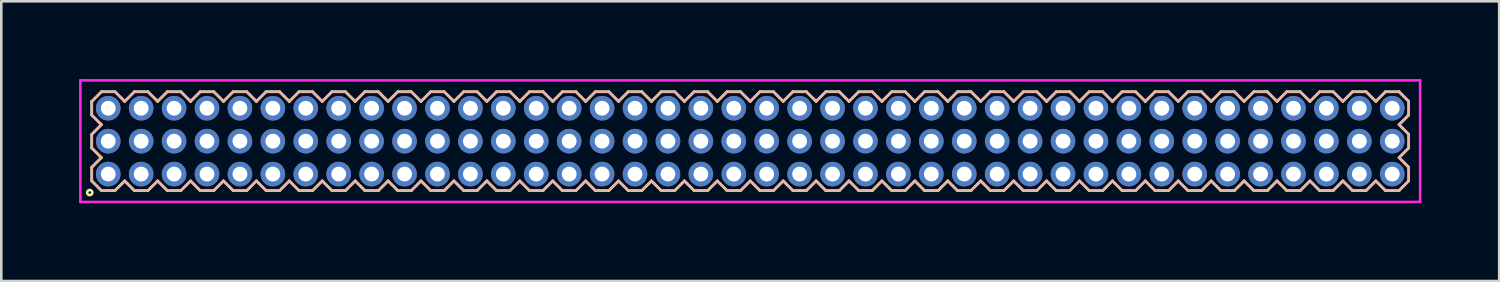
<source format=kicad_pcb>
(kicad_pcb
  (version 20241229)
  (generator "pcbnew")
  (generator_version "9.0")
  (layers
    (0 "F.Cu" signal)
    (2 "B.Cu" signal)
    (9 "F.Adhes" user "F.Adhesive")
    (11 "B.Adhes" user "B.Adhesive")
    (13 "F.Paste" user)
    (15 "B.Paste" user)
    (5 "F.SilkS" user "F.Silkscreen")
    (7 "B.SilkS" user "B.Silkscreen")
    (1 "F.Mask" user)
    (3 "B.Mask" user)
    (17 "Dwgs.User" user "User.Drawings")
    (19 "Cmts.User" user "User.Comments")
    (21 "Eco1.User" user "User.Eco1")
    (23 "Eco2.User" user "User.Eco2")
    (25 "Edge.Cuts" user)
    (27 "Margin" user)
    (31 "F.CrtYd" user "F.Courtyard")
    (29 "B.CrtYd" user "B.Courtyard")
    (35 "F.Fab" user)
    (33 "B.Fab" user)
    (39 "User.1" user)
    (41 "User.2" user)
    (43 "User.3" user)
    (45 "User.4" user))
  (footprint "HDR127P40x3"
    (layer "F.Cu")
    (at 25.89 2.395)
    (property "Reference" "HDR127P40x3" (at 0 0 0) (layer "User.1") (effects (font (size 1 1) (thickness 0.1))))
    (attr through_hole)
    (fp_line (start -25.4 -1.533) (end -25.028 -1.905) (stroke (width 0.1) (type solid)) (layer "F.SilkS"))
    (fp_line (start -25.4 -1.007) (end -25.4 -1.533) (stroke (width 0.1) (type solid)) (layer "F.SilkS"))
    (fp_line (start -25.4 -0.263) (end -25.028 -0.635) (stroke (width 0.1) (type solid)) (layer "F.SilkS"))
    (fp_line (start -25.4 0.263) (end -25.4 -0.263) (stroke (width 0.1) (type solid)) (layer "F.SilkS"))
    (fp_line (start -25.4 1.007) (end -25.028 0.635) (stroke (width 0.1) (type solid)) (layer "F.SilkS"))
    (fp_line (start -25.4 1.533) (end -25.4 1.007) (stroke (width 0.1) (type solid)) (layer "F.SilkS"))
    (fp_line (start -25.028 -1.905) (end -24.502 -1.905) (stroke (width 0.1) (type solid)) (layer "F.SilkS"))
    (fp_line (start -25.028 -0.635) (end -25.4 -1.007) (stroke (width 0.1) (type solid)) (layer "F.SilkS"))
    (fp_line (start -25.028 0.635) (end -25.4 0.263) (stroke (width 0.1) (type solid)) (layer "F.SilkS"))
    (fp_line (start -25.028 1.905) (end -25.4 1.533) (stroke (width 0.1) (type solid)) (layer "F.SilkS"))
    (fp_line (start -24.502 -1.905) (end -24.13 -1.533) (stroke (width 0.1) (type solid)) (layer "F.SilkS"))
    (fp_line (start -24.502 1.905) (end -25.028 1.905) (stroke (width 0.1) (type solid)) (layer "F.SilkS"))
    (fp_line (start -24.13 -1.533) (end -23.758 -1.905) (stroke (width 0.1) (type solid)) (layer "F.SilkS"))
    (fp_line (start -24.13 1.533) (end -24.502 1.905) (stroke (width 0.1) (type solid)) (layer "F.SilkS"))
    (fp_line (start -23.758 -1.905) (end -23.232 -1.905) (stroke (width 0.1) (type solid)) (layer "F.SilkS"))
    (fp_line (start -23.758 1.905) (end -24.13 1.533) (stroke (width 0.1) (type solid)) (layer "F.SilkS"))
    (fp_line (start -23.232 -1.905) (end -22.86 -1.533) (stroke (width 0.1) (type solid)) (layer "F.SilkS"))
    (fp_line (start -23.232 1.905) (end -23.758 1.905) (stroke (width 0.1) (type solid)) (layer "F.SilkS"))
    (fp_line (start -22.86 -1.533) (end -22.488 -1.905) (stroke (width 0.1) (type solid)) (layer "F.SilkS"))
    (fp_line (start -22.86 1.533) (end -23.232 1.905) (stroke (width 0.1) (type solid)) (layer "F.SilkS"))
    (fp_line (start -22.488 -1.905) (end -21.962 -1.905) (stroke (width 0.1) (type solid)) (layer "F.SilkS"))
    (fp_line (start -22.488 1.905) (end -22.86 1.533) (stroke (width 0.1) (type solid)) (layer "F.SilkS"))
    (fp_line (start -21.962 -1.905) (end -21.59 -1.533) (stroke (width 0.1) (type solid)) (layer "F.SilkS"))
    (fp_line (start -21.962 1.905) (end -22.488 1.905) (stroke (width 0.1) (type solid)) (layer "F.SilkS"))
    (fp_line (start -21.59 -1.533) (end -21.218 -1.905) (stroke (width 0.1) (type solid)) (layer "F.SilkS"))
    (fp_line (start -21.59 1.533) (end -21.962 1.905) (stroke (width 0.1) (type solid)) (layer "F.SilkS"))
    (fp_line (start -21.218 -1.905) (end -20.692 -1.905) (stroke (width 0.1) (type solid)) (layer "F.SilkS"))
    (fp_line (start -21.218 1.905) (end -21.59 1.533) (stroke (width 0.1) (type solid)) (layer "F.SilkS"))
    (fp_line (start -20.692 -1.905) (end -20.32 -1.533) (stroke (width 0.1) (type solid)) (layer "F.SilkS"))
    (fp_line (start -20.692 1.905) (end -21.218 1.905) (stroke (width 0.1) (type solid)) (layer "F.SilkS"))
    (fp_line (start -20.32 -1.533) (end -19.948 -1.905) (stroke (width 0.1) (type solid)) (layer "F.SilkS"))
    (fp_line (start -20.32 1.533) (end -20.692 1.905) (stroke (width 0.1) (type solid)) (layer "F.SilkS"))
    (fp_line (start -19.948 -1.905) (end -19.422 -1.905) (stroke (width 0.1) (type solid)) (layer "F.SilkS"))
    (fp_line (start -19.948 1.905) (end -20.32 1.533) (stroke (width 0.1) (type solid)) (layer "F.SilkS"))
    (fp_line (start -19.422 -1.905) (end -19.05 -1.533) (stroke (width 0.1) (type solid)) (layer "F.SilkS"))
    (fp_line (start -19.422 1.905) (end -19.948 1.905) (stroke (width 0.1) (type solid)) (layer "F.SilkS"))
    (fp_line (start -19.05 -1.533) (end -18.678 -1.905) (stroke (width 0.1) (type solid)) (layer "F.SilkS"))
    (fp_line (start -19.05 1.533) (end -19.422 1.905) (stroke (width 0.1) (type solid)) (layer "F.SilkS"))
    (fp_line (start -18.678 -1.905) (end -18.152 -1.905) (stroke (width 0.1) (type solid)) (layer "F.SilkS"))
    (fp_line (start -18.678 1.905) (end -19.05 1.533) (stroke (width 0.1) (type solid)) (layer "F.SilkS"))
    (fp_line (start -18.152 -1.905) (end -17.78 -1.533) (stroke (width 0.1) (type solid)) (layer "F.SilkS"))
    (fp_line (start -18.152 1.905) (end -18.678 1.905) (stroke (width 0.1) (type solid)) (layer "F.SilkS"))
    (fp_line (start -17.78 -1.533) (end -17.408 -1.905) (stroke (width 0.1) (type solid)) (layer "F.SilkS"))
    (fp_line (start -17.78 1.533) (end -18.152 1.905) (stroke (width 0.1) (type solid)) (layer "F.SilkS"))
    (fp_line (start -17.408 -1.905) (end -16.882 -1.905) (stroke (width 0.1) (type solid)) (layer "F.SilkS"))
    (fp_line (start -17.408 1.905) (end -17.78 1.533) (stroke (width 0.1) (type solid)) (layer "F.SilkS"))
    (fp_line (start -16.882 -1.905) (end -16.51 -1.533) (stroke (width 0.1) (type solid)) (layer "F.SilkS"))
    (fp_line (start -16.882 1.905) (end -17.408 1.905) (stroke (width 0.1) (type solid)) (layer "F.SilkS"))
    (fp_line (start -16.51 -1.533) (end -16.138 -1.905) (stroke (width 0.1) (type solid)) (layer "F.SilkS"))
    (fp_line (start -16.51 1.533) (end -16.882 1.905) (stroke (width 0.1) (type solid)) (layer "F.SilkS"))
    (fp_line (start -16.138 -1.905) (end -15.612 -1.905) (stroke (width 0.1) (type solid)) (layer "F.SilkS"))
    (fp_line (start -16.138 1.905) (end -16.51 1.533) (stroke (width 0.1) (type solid)) (layer "F.SilkS"))
    (fp_line (start -15.612 -1.905) (end -15.24 -1.533) (stroke (width 0.1) (type solid)) (layer "F.SilkS"))
    (fp_line (start -15.612 1.905) (end -16.138 1.905) (stroke (width 0.1) (type solid)) (layer "F.SilkS"))
    (fp_line (start -15.24 -1.533) (end -14.868 -1.905) (stroke (width 0.1) (type solid)) (layer "F.SilkS"))
    (fp_line (start -15.24 1.533) (end -15.612 1.905) (stroke (width 0.1) (type solid)) (layer "F.SilkS"))
    (fp_line (start -14.868 -1.905) (end -14.342 -1.905) (stroke (width 0.1) (type solid)) (layer "F.SilkS"))
    (fp_line (start -14.868 1.905) (end -15.24 1.533) (stroke (width 0.1) (type solid)) (layer "F.SilkS"))
    (fp_line (start -14.342 -1.905) (end -13.97 -1.533) (stroke (width 0.1) (type solid)) (layer "F.SilkS"))
    (fp_line (start -14.342 1.905) (end -14.868 1.905) (stroke (width 0.1) (type solid)) (layer "F.SilkS"))
    (fp_line (start -13.97 -1.533) (end -13.598 -1.905) (stroke (width 0.1) (type solid)) (layer "F.SilkS"))
    (fp_line (start -13.97 1.533) (end -14.342 1.905) (stroke (width 0.1) (type solid)) (layer "F.SilkS"))
    (fp_line (start -13.598 -1.905) (end -13.072 -1.905) (stroke (width 0.1) (type solid)) (layer "F.SilkS"))
    (fp_line (start -13.598 1.905) (end -13.97 1.533) (stroke (width 0.1) (type solid)) (layer "F.SilkS"))
    (fp_line (start -13.072 -1.905) (end -12.7 -1.533) (stroke (width 0.1) (type solid)) (layer "F.SilkS"))
    (fp_line (start -13.072 1.905) (end -13.598 1.905) (stroke (width 0.1) (type solid)) (layer "F.SilkS"))
    (fp_line (start -12.7 -1.533) (end -12.328 -1.905) (stroke (width 0.1) (type solid)) (layer "F.SilkS"))
    (fp_line (start -12.7 1.533) (end -13.072 1.905) (stroke (width 0.1) (type solid)) (layer "F.SilkS"))
    (fp_line (start -12.328 -1.905) (end -11.802 -1.905) (stroke (width 0.1) (type solid)) (layer "F.SilkS"))
    (fp_line (start -12.328 1.905) (end -12.7 1.533) (stroke (width 0.1) (type solid)) (layer "F.SilkS"))
    (fp_line (start -11.802 -1.905) (end -11.43 -1.533) (stroke (width 0.1) (type solid)) (layer "F.SilkS"))
    (fp_line (start -11.802 1.905) (end -12.328 1.905) (stroke (width 0.1) (type solid)) (layer "F.SilkS"))
    (fp_line (start -11.43 -1.533) (end -11.058 -1.905) (stroke (width 0.1) (type solid)) (layer "F.SilkS"))
    (fp_line (start -11.43 1.533) (end -11.802 1.905) (stroke (width 0.1) (type solid)) (layer "F.SilkS"))
    (fp_line (start -11.058 -1.905) (end -10.532 -1.905) (stroke (width 0.1) (type solid)) (layer "F.SilkS"))
    (fp_line (start -11.058 1.905) (end -11.43 1.533) (stroke (width 0.1) (type solid)) (layer "F.SilkS"))
    (fp_line (start -10.532 -1.905) (end -10.16 -1.533) (stroke (width 0.1) (type solid)) (layer "F.SilkS"))
    (fp_line (start -10.532 1.905) (end -11.058 1.905) (stroke (width 0.1) (type solid)) (layer "F.SilkS"))
    (fp_line (start -10.16 -1.533) (end -9.788 -1.905) (stroke (width 0.1) (type solid)) (layer "F.SilkS"))
    (fp_line (start -10.16 1.533) (end -10.532 1.905) (stroke (width 0.1) (type solid)) (layer "F.SilkS"))
    (fp_line (start -9.788 -1.905) (end -9.262 -1.905) (stroke (width 0.1) (type solid)) (layer "F.SilkS"))
    (fp_line (start -9.788 1.905) (end -10.16 1.533) (stroke (width 0.1) (type solid)) (layer "F.SilkS"))
    (fp_line (start -9.262 -1.905) (end -8.89 -1.533) (stroke (width 0.1) (type solid)) (layer "F.SilkS"))
    (fp_line (start -9.262 1.905) (end -9.788 1.905) (stroke (width 0.1) (type solid)) (layer "F.SilkS"))
    (fp_line (start -8.89 -1.533) (end -8.518 -1.905) (stroke (width 0.1) (type solid)) (layer "F.SilkS"))
    (fp_line (start -8.89 1.533) (end -9.262 1.905) (stroke (width 0.1) (type solid)) (layer "F.SilkS"))
    (fp_line (start -8.518 -1.905) (end -7.992 -1.905) (stroke (width 0.1) (type solid)) (layer "F.SilkS"))
    (fp_line (start -8.518 1.905) (end -8.89 1.533) (stroke (width 0.1) (type solid)) (layer "F.SilkS"))
    (fp_line (start -7.992 -1.905) (end -7.62 -1.533) (stroke (width 0.1) (type solid)) (layer "F.SilkS"))
    (fp_line (start -7.992 1.905) (end -8.518 1.905) (stroke (width 0.1) (type solid)) (layer "F.SilkS"))
    (fp_line (start -7.62 -1.533) (end -7.248 -1.905) (stroke (width 0.1) (type solid)) (layer "F.SilkS"))
    (fp_line (start -7.62 1.533) (end -7.992 1.905) (stroke (width 0.1) (type solid)) (layer "F.SilkS"))
    (fp_line (start -7.248 -1.905) (end -6.722 -1.905) (stroke (width 0.1) (type solid)) (layer "F.SilkS"))
    (fp_line (start -7.248 1.905) (end -7.62 1.533) (stroke (width 0.1) (type solid)) (layer "F.SilkS"))
    (fp_line (start -6.722 -1.905) (end -6.35 -1.533) (stroke (width 0.1) (type solid)) (layer "F.SilkS"))
    (fp_line (start -6.722 1.905) (end -7.248 1.905) (stroke (width 0.1) (type solid)) (layer "F.SilkS"))
    (fp_line (start -6.35 -1.533) (end -5.978 -1.905) (stroke (width 0.1) (type solid)) (layer "F.SilkS"))
    (fp_line (start -6.35 1.533) (end -6.722 1.905) (stroke (width 0.1) (type solid)) (layer "F.SilkS"))
    (fp_line (start -5.978 -1.905) (end -5.452 -1.905) (stroke (width 0.1) (type solid)) (layer "F.SilkS"))
    (fp_line (start -5.978 1.905) (end -6.35 1.533) (stroke (width 0.1) (type solid)) (layer "F.SilkS"))
    (fp_line (start -5.452 -1.905) (end -5.08 -1.533) (stroke (width 0.1) (type solid)) (layer "F.SilkS"))
    (fp_line (start -5.452 1.905) (end -5.978 1.905) (stroke (width 0.1) (type solid)) (layer "F.SilkS"))
    (fp_line (start -5.08 -1.533) (end -4.708 -1.905) (stroke (width 0.1) (type solid)) (layer "F.SilkS"))
    (fp_line (start -5.08 1.533) (end -5.452 1.905) (stroke (width 0.1) (type solid)) (layer "F.SilkS"))
    (fp_line (start -4.708 -1.905) (end -4.182 -1.905) (stroke (width 0.1) (type solid)) (layer "F.SilkS"))
    (fp_line (start -4.708 1.905) (end -5.08 1.533) (stroke (width 0.1) (type solid)) (layer "F.SilkS"))
    (fp_line (start -4.182 -1.905) (end -3.81 -1.533) (stroke (width 0.1) (type solid)) (layer "F.SilkS"))
    (fp_line (start -4.182 1.905) (end -4.708 1.905) (stroke (width 0.1) (type solid)) (layer "F.SilkS"))
    (fp_line (start -3.81 -1.533) (end -3.438 -1.905) (stroke (width 0.1) (type solid)) (layer "F.SilkS"))
    (fp_line (start -3.81 1.533) (end -4.182 1.905) (stroke (width 0.1) (type solid)) (layer "F.SilkS"))
    (fp_line (start -3.438 -1.905) (end -2.912 -1.905) (stroke (width 0.1) (type solid)) (layer "F.SilkS"))
    (fp_line (start -3.438 1.905) (end -3.81 1.533) (stroke (width 0.1) (type solid)) (layer "F.SilkS"))
    (fp_line (start -2.912 -1.905) (end -2.54 -1.533) (stroke (width 0.1) (type solid)) (layer "F.SilkS"))
    (fp_line (start -2.912 1.905) (end -3.438 1.905) (stroke (width 0.1) (type solid)) (layer "F.SilkS"))
    (fp_line (start -2.54 -1.533) (end -2.168 -1.905) (stroke (width 0.1) (type solid)) (layer "F.SilkS"))
    (fp_line (start -2.54 1.533) (end -2.912 1.905) (stroke (width 0.1) (type solid)) (layer "F.SilkS"))
    (fp_line (start -2.168 -1.905) (end -1.642 -1.905) (stroke (width 0.1) (type solid)) (layer "F.SilkS"))
    (fp_line (start -2.168 1.905) (end -2.54 1.533) (stroke (width 0.1) (type solid)) (layer "F.SilkS"))
    (fp_line (start -1.642 -1.905) (end -1.27 -1.533) (stroke (width 0.1) (type solid)) (layer "F.SilkS"))
    (fp_line (start -1.642 1.905) (end -2.168 1.905) (stroke (width 0.1) (type solid)) (layer "F.SilkS"))
    (fp_line (start -1.27 -1.533) (end -0.898 -1.905) (stroke (width 0.1) (type solid)) (layer "F.SilkS"))
    (fp_line (start -1.27 1.533) (end -1.642 1.905) (stroke (width 0.1) (type solid)) (layer "F.SilkS"))
    (fp_line (start -0.898 -1.905) (end -0.372 -1.905) (stroke (width 0.1) (type solid)) (layer "F.SilkS"))
    (fp_line (start -0.898 1.905) (end -1.27 1.533) (stroke (width 0.1) (type solid)) (layer "F.SilkS"))
    (fp_line (start -0.372 -1.905) (end 0 -1.533) (stroke (width 0.1) (type solid)) (layer "F.SilkS"))
    (fp_line (start -0.372 1.905) (end -0.898 1.905) (stroke (width 0.1) (type solid)) (layer "F.SilkS"))
    (fp_line (start 0 -1.533) (end 0.372 -1.905) (stroke (width 0.1) (type solid)) (layer "F.SilkS"))
    (fp_line (start 0 1.533) (end -0.372 1.905) (stroke (width 0.1) (type solid)) (layer "F.SilkS"))
    (fp_line (start 0.372 -1.905) (end 0.898 -1.905) (stroke (width 0.1) (type solid)) (layer "F.SilkS"))
    (fp_line (start 0.372 1.905) (end 0 1.533) (stroke (width 0.1) (type solid)) (layer "F.SilkS"))
    (fp_line (start 0.898 -1.905) (end 1.27 -1.533) (stroke (width 0.1) (type solid)) (layer "F.SilkS"))
    (fp_line (start 0.898 1.905) (end 0.372 1.905) (stroke (width 0.1) (type solid)) (layer "F.SilkS"))
    (fp_line (start 1.27 -1.533) (end 1.642 -1.905) (stroke (width 0.1) (type solid)) (layer "F.SilkS"))
    (fp_line (start 1.27 1.533) (end 0.898 1.905) (stroke (width 0.1) (type solid)) (layer "F.SilkS"))
    (fp_line (start 1.642 -1.905) (end 2.168 -1.905) (stroke (width 0.1) (type solid)) (layer "F.SilkS"))
    (fp_line (start 1.642 1.905) (end 1.27 1.533) (stroke (width 0.1) (type solid)) (layer "F.SilkS"))
    (fp_line (start 2.168 -1.905) (end 2.54 -1.533) (stroke (width 0.1) (type solid)) (layer "F.SilkS"))
    (fp_line (start 2.168 1.905) (end 1.642 1.905) (stroke (width 0.1) (type solid)) (layer "F.SilkS"))
    (fp_line (start 2.54 -1.533) (end 2.912 -1.905) (stroke (width 0.1) (type solid)) (layer "F.SilkS"))
    (fp_line (start 2.54 1.533) (end 2.168 1.905) (stroke (width 0.1) (type solid)) (layer "F.SilkS"))
    (fp_line (start 2.912 -1.905) (end 3.438 -1.905) (stroke (width 0.1) (type solid)) (layer "F.SilkS"))
    (fp_line (start 2.912 1.905) (end 2.54 1.533) (stroke (width 0.1) (type solid)) (layer "F.SilkS"))
    (fp_line (start 3.438 -1.905) (end 3.81 -1.533) (stroke (width 0.1) (type solid)) (layer "F.SilkS"))
    (fp_line (start 3.438 1.905) (end 2.912 1.905) (stroke (width 0.1) (type solid)) (layer "F.SilkS"))
    (fp_line (start 3.81 -1.533) (end 4.182 -1.905) (stroke (width 0.1) (type solid)) (layer "F.SilkS"))
    (fp_line (start 3.81 1.533) (end 3.438 1.905) (stroke (width 0.1) (type solid)) (layer "F.SilkS"))
    (fp_line (start 4.182 -1.905) (end 4.708 -1.905) (stroke (width 0.1) (type solid)) (layer "F.SilkS"))
    (fp_line (start 4.182 1.905) (end 3.81 1.533) (stroke (width 0.1) (type solid)) (layer "F.SilkS"))
    (fp_line (start 4.708 -1.905) (end 5.08 -1.533) (stroke (width 0.1) (type solid)) (layer "F.SilkS"))
    (fp_line (start 4.708 1.905) (end 4.182 1.905) (stroke (width 0.1) (type solid)) (layer "F.SilkS"))
    (fp_line (start 5.08 -1.533) (end 5.452 -1.905) (stroke (width 0.1) (type solid)) (layer "F.SilkS"))
    (fp_line (start 5.08 1.533) (end 4.708 1.905) (stroke (width 0.1) (type solid)) (layer "F.SilkS"))
    (fp_line (start 5.452 -1.905) (end 5.978 -1.905) (stroke (width 0.1) (type solid)) (layer "F.SilkS"))
    (fp_line (start 5.452 1.905) (end 5.08 1.533) (stroke (width 0.1) (type solid)) (layer "F.SilkS"))
    (fp_line (start 5.978 -1.905) (end 6.35 -1.533) (stroke (width 0.1) (type solid)) (layer "F.SilkS"))
    (fp_line (start 5.978 1.905) (end 5.452 1.905) (stroke (width 0.1) (type solid)) (layer "F.SilkS"))
    (fp_line (start 6.35 -1.533) (end 6.722 -1.905) (stroke (width 0.1) (type solid)) (layer "F.SilkS"))
    (fp_line (start 6.35 1.533) (end 5.978 1.905) (stroke (width 0.1) (type solid)) (layer "F.SilkS"))
    (fp_line (start 6.722 -1.905) (end 7.248 -1.905) (stroke (width 0.1) (type solid)) (layer "F.SilkS"))
    (fp_line (start 6.722 1.905) (end 6.35 1.533) (stroke (width 0.1) (type solid)) (layer "F.SilkS"))
    (fp_line (start 7.248 -1.905) (end 7.62 -1.533) (stroke (width 0.1) (type solid)) (layer "F.SilkS"))
    (fp_line (start 7.248 1.905) (end 6.722 1.905) (stroke (width 0.1) (type solid)) (layer "F.SilkS"))
    (fp_line (start 7.62 -1.533) (end 7.992 -1.905) (stroke (width 0.1) (type solid)) (layer "F.SilkS"))
    (fp_line (start 7.62 1.533) (end 7.248 1.905) (stroke (width 0.1) (type solid)) (layer "F.SilkS"))
    (fp_line (start 7.992 -1.905) (end 8.518 -1.905) (stroke (width 0.1) (type solid)) (layer "F.SilkS"))
    (fp_line (start 7.992 1.905) (end 7.62 1.533) (stroke (width 0.1) (type solid)) (layer "F.SilkS"))
    (fp_line (start 8.518 -1.905) (end 8.89 -1.533) (stroke (width 0.1) (type solid)) (layer "F.SilkS"))
    (fp_line (start 8.518 1.905) (end 7.992 1.905) (stroke (width 0.1) (type solid)) (layer "F.SilkS"))
    (fp_line (start 8.89 -1.533) (end 9.262 -1.905) (stroke (width 0.1) (type solid)) (layer "F.SilkS"))
    (fp_line (start 8.89 1.533) (end 8.518 1.905) (stroke (width 0.1) (type solid)) (layer "F.SilkS"))
    (fp_line (start 9.262 -1.905) (end 9.788 -1.905) (stroke (width 0.1) (type solid)) (layer "F.SilkS"))
    (fp_line (start 9.262 1.905) (end 8.89 1.533) (stroke (width 0.1) (type solid)) (layer "F.SilkS"))
    (fp_line (start 9.788 -1.905) (end 10.16 -1.533) (stroke (width 0.1) (type solid)) (layer "F.SilkS"))
    (fp_line (start 9.788 1.905) (end 9.262 1.905) (stroke (width 0.1) (type solid)) (layer "F.SilkS"))
    (fp_line (start 10.16 -1.533) (end 10.532 -1.905) (stroke (width 0.1) (type solid)) (layer "F.SilkS"))
    (fp_line (start 10.16 1.533) (end 9.788 1.905) (stroke (width 0.1) (type solid)) (layer "F.SilkS"))
    (fp_line (start 10.532 -1.905) (end 11.058 -1.905) (stroke (width 0.1) (type solid)) (layer "F.SilkS"))
    (fp_line (start 10.532 1.905) (end 10.16 1.533) (stroke (width 0.1) (type solid)) (layer "F.SilkS"))
    (fp_line (start 11.058 -1.905) (end 11.43 -1.533) (stroke (width 0.1) (type solid)) (layer "F.SilkS"))
    (fp_line (start 11.058 1.905) (end 10.532 1.905) (stroke (width 0.1) (type solid)) (layer "F.SilkS"))
    (fp_line (start 11.43 -1.533) (end 11.802 -1.905) (stroke (width 0.1) (type solid)) (layer "F.SilkS"))
    (fp_line (start 11.43 1.533) (end 11.058 1.905) (stroke (width 0.1) (type solid)) (layer "F.SilkS"))
    (fp_line (start 11.802 -1.905) (end 12.328 -1.905) (stroke (width 0.1) (type solid)) (layer "F.SilkS"))
    (fp_line (start 11.802 1.905) (end 11.43 1.533) (stroke (width 0.1) (type solid)) (layer "F.SilkS"))
    (fp_line (start 12.328 -1.905) (end 12.7 -1.533) (stroke (width 0.1) (type solid)) (layer "F.SilkS"))
    (fp_line (start 12.328 1.905) (end 11.802 1.905) (stroke (width 0.1) (type solid)) (layer "F.SilkS"))
    (fp_line (start 12.7 -1.533) (end 13.072 -1.905) (stroke (width 0.1) (type solid)) (layer "F.SilkS"))
    (fp_line (start 12.7 1.533) (end 12.328 1.905) (stroke (width 0.1) (type solid)) (layer "F.SilkS"))
    (fp_line (start 13.072 -1.905) (end 13.598 -1.905) (stroke (width 0.1) (type solid)) (layer "F.SilkS"))
    (fp_line (start 13.072 1.905) (end 12.7 1.533) (stroke (width 0.1) (type solid)) (layer "F.SilkS"))
    (fp_line (start 13.598 -1.905) (end 13.97 -1.533) (stroke (width 0.1) (type solid)) (layer "F.SilkS"))
    (fp_line (start 13.598 1.905) (end 13.072 1.905) (stroke (width 0.1) (type solid)) (layer "F.SilkS"))
    (fp_line (start 13.97 -1.533) (end 14.342 -1.905) (stroke (width 0.1) (type solid)) (layer "F.SilkS"))
    (fp_line (start 13.97 1.533) (end 13.598 1.905) (stroke (width 0.1) (type solid)) (layer "F.SilkS"))
    (fp_line (start 14.342 -1.905) (end 14.868 -1.905) (stroke (width 0.1) (type solid)) (layer "F.SilkS"))
    (fp_line (start 14.342 1.905) (end 13.97 1.533) (stroke (width 0.1) (type solid)) (layer "F.SilkS"))
    (fp_line (start 14.868 -1.905) (end 15.24 -1.533) (stroke (width 0.1) (type solid)) (layer "F.SilkS"))
    (fp_line (start 14.868 1.905) (end 14.342 1.905) (stroke (width 0.1) (type solid)) (layer "F.SilkS"))
    (fp_line (start 15.24 -1.533) (end 15.612 -1.905) (stroke (width 0.1) (type solid)) (layer "F.SilkS"))
    (fp_line (start 15.24 1.533) (end 14.868 1.905) (stroke (width 0.1) (type solid)) (layer "F.SilkS"))
    (fp_line (start 15.612 -1.905) (end 16.138 -1.905) (stroke (width 0.1) (type solid)) (layer "F.SilkS"))
    (fp_line (start 15.612 1.905) (end 15.24 1.533) (stroke (width 0.1) (type solid)) (layer "F.SilkS"))
    (fp_line (start 16.138 -1.905) (end 16.51 -1.533) (stroke (width 0.1) (type solid)) (layer "F.SilkS"))
    (fp_line (start 16.138 1.905) (end 15.612 1.905) (stroke (width 0.1) (type solid)) (layer "F.SilkS"))
    (fp_line (start 16.51 -1.533) (end 16.882 -1.905) (stroke (width 0.1) (type solid)) (layer "F.SilkS"))
    (fp_line (start 16.51 1.533) (end 16.138 1.905) (stroke (width 0.1) (type solid)) (layer "F.SilkS"))
    (fp_line (start 16.882 -1.905) (end 17.408 -1.905) (stroke (width 0.1) (type solid)) (layer "F.SilkS"))
    (fp_line (start 16.882 1.905) (end 16.51 1.533) (stroke (width 0.1) (type solid)) (layer "F.SilkS"))
    (fp_line (start 17.408 -1.905) (end 17.78 -1.533) (stroke (width 0.1) (type solid)) (layer "F.SilkS"))
    (fp_line (start 17.408 1.905) (end 16.882 1.905) (stroke (width 0.1) (type solid)) (layer "F.SilkS"))
    (fp_line (start 17.78 -1.533) (end 18.152 -1.905) (stroke (width 0.1) (type solid)) (layer "F.SilkS"))
    (fp_line (start 17.78 1.533) (end 17.408 1.905) (stroke (width 0.1) (type solid)) (layer "F.SilkS"))
    (fp_line (start 18.152 -1.905) (end 18.678 -1.905) (stroke (width 0.1) (type solid)) (layer "F.SilkS"))
    (fp_line (start 18.152 1.905) (end 17.78 1.533) (stroke (width 0.1) (type solid)) (layer "F.SilkS"))
    (fp_line (start 18.678 -1.905) (end 19.05 -1.533) (stroke (width 0.1) (type solid)) (layer "F.SilkS"))
    (fp_line (start 18.678 1.905) (end 18.152 1.905) (stroke (width 0.1) (type solid)) (layer "F.SilkS"))
    (fp_line (start 19.05 -1.533) (end 19.422 -1.905) (stroke (width 0.1) (type solid)) (layer "F.SilkS"))
    (fp_line (start 19.05 1.533) (end 18.678 1.905) (stroke (width 0.1) (type solid)) (layer "F.SilkS"))
    (fp_line (start 19.422 -1.905) (end 19.948 -1.905) (stroke (width 0.1) (type solid)) (layer "F.SilkS"))
    (fp_line (start 19.422 1.905) (end 19.05 1.533) (stroke (width 0.1) (type solid)) (layer "F.SilkS"))
    (fp_line (start 19.948 -1.905) (end 20.32 -1.533) (stroke (width 0.1) (type solid)) (layer "F.SilkS"))
    (fp_line (start 19.948 1.905) (end 19.422 1.905) (stroke (width 0.1) (type solid)) (layer "F.SilkS"))
    (fp_line (start 20.32 -1.533) (end 20.692 -1.905) (stroke (width 0.1) (type solid)) (layer "F.SilkS"))
    (fp_line (start 20.32 1.533) (end 19.948 1.905) (stroke (width 0.1) (type solid)) (layer "F.SilkS"))
    (fp_line (start 20.692 -1.905) (end 21.218 -1.905) (stroke (width 0.1) (type solid)) (layer "F.SilkS"))
    (fp_line (start 20.692 1.905) (end 20.32 1.533) (stroke (width 0.1) (type solid)) (layer "F.SilkS"))
    (fp_line (start 21.218 -1.905) (end 21.59 -1.533) (stroke (width 0.1) (type solid)) (layer "F.SilkS"))
    (fp_line (start 21.218 1.905) (end 20.692 1.905) (stroke (width 0.1) (type solid)) (layer "F.SilkS"))
    (fp_line (start 21.59 -1.533) (end 21.962 -1.905) (stroke (width 0.1) (type solid)) (layer "F.SilkS"))
    (fp_line (start 21.59 1.533) (end 21.218 1.905) (stroke (width 0.1) (type solid)) (layer "F.SilkS"))
    (fp_line (start 21.962 -1.905) (end 22.488 -1.905) (stroke (width 0.1) (type solid)) (layer "F.SilkS"))
    (fp_line (start 21.962 1.905) (end 21.59 1.533) (stroke (width 0.1) (type solid)) (layer "F.SilkS"))
    (fp_line (start 22.488 -1.905) (end 22.86 -1.533) (stroke (width 0.1) (type solid)) (layer "F.SilkS"))
    (fp_line (start 22.488 1.905) (end 21.962 1.905) (stroke (width 0.1) (type solid)) (layer "F.SilkS"))
    (fp_line (start 22.86 -1.533) (end 23.232 -1.905) (stroke (width 0.1) (type solid)) (layer "F.SilkS"))
    (fp_line (start 22.86 1.533) (end 22.488 1.905) (stroke (width 0.1) (type solid)) (layer "F.SilkS"))
    (fp_line (start 23.232 -1.905) (end 23.758 -1.905) (stroke (width 0.1) (type solid)) (layer "F.SilkS"))
    (fp_line (start 23.232 1.905) (end 22.86 1.533) (stroke (width 0.1) (type solid)) (layer "F.SilkS"))
    (fp_line (start 23.758 -1.905) (end 24.13 -1.533) (stroke (width 0.1) (type solid)) (layer "F.SilkS"))
    (fp_line (start 23.758 1.905) (end 23.232 1.905) (stroke (width 0.1) (type solid)) (layer "F.SilkS"))
    (fp_line (start 24.13 -1.533) (end 24.502 -1.905) (stroke (width 0.1) (type solid)) (layer "F.SilkS"))
    (fp_line (start 24.13 1.533) (end 23.758 1.905) (stroke (width 0.1) (type solid)) (layer "F.SilkS"))
    (fp_line (start 24.502 -1.905) (end 25.028 -1.905) (stroke (width 0.1) (type solid)) (layer "F.SilkS"))
    (fp_line (start 24.502 1.905) (end 24.13 1.533) (stroke (width 0.1) (type solid)) (layer "F.SilkS"))
    (fp_line (start 25.028 -1.905) (end 25.4 -1.533) (stroke (width 0.1) (type solid)) (layer "F.SilkS"))
    (fp_line (start 25.028 -0.635) (end 25.4 -0.263) (stroke (width 0.1) (type solid)) (layer "F.SilkS"))
    (fp_line (start 25.028 0.635) (end 25.4 1.007) (stroke (width 0.1) (type solid)) (layer "F.SilkS"))
    (fp_line (start 25.028 1.905) (end 24.502 1.905) (stroke (width 0.1) (type solid)) (layer "F.SilkS"))
    (fp_line (start 25.4 -1.533) (end 25.4 -1.007) (stroke (width 0.1) (type solid)) (layer "F.SilkS"))
    (fp_line (start 25.4 -1.007) (end 25.028 -0.635) (stroke (width 0.1) (type solid)) (layer "F.SilkS"))
    (fp_line (start 25.4 -0.263) (end 25.4 0.263) (stroke (width 0.1) (type solid)) (layer "F.SilkS"))
    (fp_line (start 25.4 0.263) (end 25.028 0.635) (stroke (width 0.1) (type solid)) (layer "F.SilkS"))
    (fp_line (start 25.4 1.007) (end 25.4 1.533) (stroke (width 0.1) (type solid)) (layer "F.SilkS"))
    (fp_line (start 25.4 1.533) (end 25.028 1.905) (stroke (width 0.1) (type solid)) (layer "F.SilkS"))
    (fp_circle (center -25.478 1.983) (end -25.378 1.983) (stroke (width 0.1) (type solid)) (fill no) (layer "F.SilkS"))
    (fp_line (start -25.4 -1.533) (end -25.028 -1.905) (stroke (width 0.1) (type solid)) (layer "B.SilkS"))
    (fp_line (start -25.4 -1.007) (end -25.4 -1.533) (stroke (width 0.1) (type solid)) (layer "B.SilkS"))
    (fp_line (start -25.4 -0.263) (end -25.028 -0.635) (stroke (width 0.1) (type solid)) (layer "B.SilkS"))
    (fp_line (start -25.4 0.263) (end -25.4 -0.263) (stroke (width 0.1) (type solid)) (layer "B.SilkS"))
    (fp_line (start -25.4 1.007) (end -25.028 0.635) (stroke (width 0.1) (type solid)) (layer "B.SilkS"))
    (fp_line (start -25.4 1.533) (end -25.4 1.007) (stroke (width 0.1) (type solid)) (layer "B.SilkS"))
    (fp_line (start -25.028 -1.905) (end -24.502 -1.905) (stroke (width 0.1) (type solid)) (layer "B.SilkS"))
    (fp_line (start -25.028 -0.635) (end -25.4 -1.007) (stroke (width 0.1) (type solid)) (layer "B.SilkS"))
    (fp_line (start -25.028 0.635) (end -25.4 0.263) (stroke (width 0.1) (type solid)) (layer "B.SilkS"))
    (fp_line (start -25.028 1.905) (end -25.4 1.533) (stroke (width 0.1) (type solid)) (layer "B.SilkS"))
    (fp_line (start -24.502 -1.905) (end -24.13 -1.533) (stroke (width 0.1) (type solid)) (layer "B.SilkS"))
    (fp_line (start -24.502 1.905) (end -25.028 1.905) (stroke (width 0.1) (type solid)) (layer "B.SilkS"))
    (fp_line (start -24.13 -1.533) (end -23.758 -1.905) (stroke (width 0.1) (type solid)) (layer "B.SilkS"))
    (fp_line (start -24.13 1.533) (end -24.502 1.905) (stroke (width 0.1) (type solid)) (layer "B.SilkS"))
    (fp_line (start -23.758 -1.905) (end -23.232 -1.905) (stroke (width 0.1) (type solid)) (layer "B.SilkS"))
    (fp_line (start -23.758 1.905) (end -24.13 1.533) (stroke (width 0.1) (type solid)) (layer "B.SilkS"))
    (fp_line (start -23.232 -1.905) (end -22.86 -1.533) (stroke (width 0.1) (type solid)) (layer "B.SilkS"))
    (fp_line (start -23.232 1.905) (end -23.758 1.905) (stroke (width 0.1) (type solid)) (layer "B.SilkS"))
    (fp_line (start -22.86 -1.533) (end -22.488 -1.905) (stroke (width 0.1) (type solid)) (layer "B.SilkS"))
    (fp_line (start -22.86 1.533) (end -23.232 1.905) (stroke (width 0.1) (type solid)) (layer "B.SilkS"))
    (fp_line (start -22.488 -1.905) (end -21.962 -1.905) (stroke (width 0.1) (type solid)) (layer "B.SilkS"))
    (fp_line (start -22.488 1.905) (end -22.86 1.533) (stroke (width 0.1) (type solid)) (layer "B.SilkS"))
    (fp_line (start -21.962 -1.905) (end -21.59 -1.533) (stroke (width 0.1) (type solid)) (layer "B.SilkS"))
    (fp_line (start -21.962 1.905) (end -22.488 1.905) (stroke (width 0.1) (type solid)) (layer "B.SilkS"))
    (fp_line (start -21.59 -1.533) (end -21.218 -1.905) (stroke (width 0.1) (type solid)) (layer "B.SilkS"))
    (fp_line (start -21.59 1.533) (end -21.962 1.905) (stroke (width 0.1) (type solid)) (layer "B.SilkS"))
    (fp_line (start -21.218 -1.905) (end -20.692 -1.905) (stroke (width 0.1) (type solid)) (layer "B.SilkS"))
    (fp_line (start -21.218 1.905) (end -21.59 1.533) (stroke (width 0.1) (type solid)) (layer "B.SilkS"))
    (fp_line (start -20.692 -1.905) (end -20.32 -1.533) (stroke (width 0.1) (type solid)) (layer "B.SilkS"))
    (fp_line (start -20.692 1.905) (end -21.218 1.905) (stroke (width 0.1) (type solid)) (layer "B.SilkS"))
    (fp_line (start -20.32 -1.533) (end -19.948 -1.905) (stroke (width 0.1) (type solid)) (layer "B.SilkS"))
    (fp_line (start -20.32 1.533) (end -20.692 1.905) (stroke (width 0.1) (type solid)) (layer "B.SilkS"))
    (fp_line (start -19.948 -1.905) (end -19.422 -1.905) (stroke (width 0.1) (type solid)) (layer "B.SilkS"))
    (fp_line (start -19.948 1.905) (end -20.32 1.533) (stroke (width 0.1) (type solid)) (layer "B.SilkS"))
    (fp_line (start -19.422 -1.905) (end -19.05 -1.533) (stroke (width 0.1) (type solid)) (layer "B.SilkS"))
    (fp_line (start -19.422 1.905) (end -19.948 1.905) (stroke (width 0.1) (type solid)) (layer "B.SilkS"))
    (fp_line (start -19.05 -1.533) (end -18.678 -1.905) (stroke (width 0.1) (type solid)) (layer "B.SilkS"))
    (fp_line (start -19.05 1.533) (end -19.422 1.905) (stroke (width 0.1) (type solid)) (layer "B.SilkS"))
    (fp_line (start -18.678 -1.905) (end -18.152 -1.905) (stroke (width 0.1) (type solid)) (layer "B.SilkS"))
    (fp_line (start -18.678 1.905) (end -19.05 1.533) (stroke (width 0.1) (type solid)) (layer "B.SilkS"))
    (fp_line (start -18.152 -1.905) (end -17.78 -1.533) (stroke (width 0.1) (type solid)) (layer "B.SilkS"))
    (fp_line (start -18.152 1.905) (end -18.678 1.905) (stroke (width 0.1) (type solid)) (layer "B.SilkS"))
    (fp_line (start -17.78 -1.533) (end -17.408 -1.905) (stroke (width 0.1) (type solid)) (layer "B.SilkS"))
    (fp_line (start -17.78 1.533) (end -18.152 1.905) (stroke (width 0.1) (type solid)) (layer "B.SilkS"))
    (fp_line (start -17.408 -1.905) (end -16.882 -1.905) (stroke (width 0.1) (type solid)) (layer "B.SilkS"))
    (fp_line (start -17.408 1.905) (end -17.78 1.533) (stroke (width 0.1) (type solid)) (layer "B.SilkS"))
    (fp_line (start -16.882 -1.905) (end -16.51 -1.533) (stroke (width 0.1) (type solid)) (layer "B.SilkS"))
    (fp_line (start -16.882 1.905) (end -17.408 1.905) (stroke (width 0.1) (type solid)) (layer "B.SilkS"))
    (fp_line (start -16.51 -1.533) (end -16.138 -1.905) (stroke (width 0.1) (type solid)) (layer "B.SilkS"))
    (fp_line (start -16.51 1.533) (end -16.882 1.905) (stroke (width 0.1) (type solid)) (layer "B.SilkS"))
    (fp_line (start -16.138 -1.905) (end -15.612 -1.905) (stroke (width 0.1) (type solid)) (layer "B.SilkS"))
    (fp_line (start -16.138 1.905) (end -16.51 1.533) (stroke (width 0.1) (type solid)) (layer "B.SilkS"))
    (fp_line (start -15.612 -1.905) (end -15.24 -1.533) (stroke (width 0.1) (type solid)) (layer "B.SilkS"))
    (fp_line (start -15.612 1.905) (end -16.138 1.905) (stroke (width 0.1) (type solid)) (layer "B.SilkS"))
    (fp_line (start -15.24 -1.533) (end -14.868 -1.905) (stroke (width 0.1) (type solid)) (layer "B.SilkS"))
    (fp_line (start -15.24 1.533) (end -15.612 1.905) (stroke (width 0.1) (type solid)) (layer "B.SilkS"))
    (fp_line (start -14.868 -1.905) (end -14.342 -1.905) (stroke (width 0.1) (type solid)) (layer "B.SilkS"))
    (fp_line (start -14.868 1.905) (end -15.24 1.533) (stroke (width 0.1) (type solid)) (layer "B.SilkS"))
    (fp_line (start -14.342 -1.905) (end -13.97 -1.533) (stroke (width 0.1) (type solid)) (layer "B.SilkS"))
    (fp_line (start -14.342 1.905) (end -14.868 1.905) (stroke (width 0.1) (type solid)) (layer "B.SilkS"))
    (fp_line (start -13.97 -1.533) (end -13.598 -1.905) (stroke (width 0.1) (type solid)) (layer "B.SilkS"))
    (fp_line (start -13.97 1.533) (end -14.342 1.905) (stroke (width 0.1) (type solid)) (layer "B.SilkS"))
    (fp_line (start -13.598 -1.905) (end -13.072 -1.905) (stroke (width 0.1) (type solid)) (layer "B.SilkS"))
    (fp_line (start -13.598 1.905) (end -13.97 1.533) (stroke (width 0.1) (type solid)) (layer "B.SilkS"))
    (fp_line (start -13.072 -1.905) (end -12.7 -1.533) (stroke (width 0.1) (type solid)) (layer "B.SilkS"))
    (fp_line (start -13.072 1.905) (end -13.598 1.905) (stroke (width 0.1) (type solid)) (layer "B.SilkS"))
    (fp_line (start -12.7 -1.533) (end -12.328 -1.905) (stroke (width 0.1) (type solid)) (layer "B.SilkS"))
    (fp_line (start -12.7 1.533) (end -13.072 1.905) (stroke (width 0.1) (type solid)) (layer "B.SilkS"))
    (fp_line (start -12.328 -1.905) (end -11.802 -1.905) (stroke (width 0.1) (type solid)) (layer "B.SilkS"))
    (fp_line (start -12.328 1.905) (end -12.7 1.533) (stroke (width 0.1) (type solid)) (layer "B.SilkS"))
    (fp_line (start -11.802 -1.905) (end -11.43 -1.533) (stroke (width 0.1) (type solid)) (layer "B.SilkS"))
    (fp_line (start -11.802 1.905) (end -12.328 1.905) (stroke (width 0.1) (type solid)) (layer "B.SilkS"))
    (fp_line (start -11.43 -1.533) (end -11.058 -1.905) (stroke (width 0.1) (type solid)) (layer "B.SilkS"))
    (fp_line (start -11.43 1.533) (end -11.802 1.905) (stroke (width 0.1) (type solid)) (layer "B.SilkS"))
    (fp_line (start -11.058 -1.905) (end -10.532 -1.905) (stroke (width 0.1) (type solid)) (layer "B.SilkS"))
    (fp_line (start -11.058 1.905) (end -11.43 1.533) (stroke (width 0.1) (type solid)) (layer "B.SilkS"))
    (fp_line (start -10.532 -1.905) (end -10.16 -1.533) (stroke (width 0.1) (type solid)) (layer "B.SilkS"))
    (fp_line (start -10.532 1.905) (end -11.058 1.905) (stroke (width 0.1) (type solid)) (layer "B.SilkS"))
    (fp_line (start -10.16 -1.533) (end -9.788 -1.905) (stroke (width 0.1) (type solid)) (layer "B.SilkS"))
    (fp_line (start -10.16 1.533) (end -10.532 1.905) (stroke (width 0.1) (type solid)) (layer "B.SilkS"))
    (fp_line (start -9.788 -1.905) (end -9.262 -1.905) (stroke (width 0.1) (type solid)) (layer "B.SilkS"))
    (fp_line (start -9.788 1.905) (end -10.16 1.533) (stroke (width 0.1) (type solid)) (layer "B.SilkS"))
    (fp_line (start -9.262 -1.905) (end -8.89 -1.533) (stroke (width 0.1) (type solid)) (layer "B.SilkS"))
    (fp_line (start -9.262 1.905) (end -9.788 1.905) (stroke (width 0.1) (type solid)) (layer "B.SilkS"))
    (fp_line (start -8.89 -1.533) (end -8.518 -1.905) (stroke (width 0.1) (type solid)) (layer "B.SilkS"))
    (fp_line (start -8.89 1.533) (end -9.262 1.905) (stroke (width 0.1) (type solid)) (layer "B.SilkS"))
    (fp_line (start -8.518 -1.905) (end -7.992 -1.905) (stroke (width 0.1) (type solid)) (layer "B.SilkS"))
    (fp_line (start -8.518 1.905) (end -8.89 1.533) (stroke (width 0.1) (type solid)) (layer "B.SilkS"))
    (fp_line (start -7.992 -1.905) (end -7.62 -1.533) (stroke (width 0.1) (type solid)) (layer "B.SilkS"))
    (fp_line (start -7.992 1.905) (end -8.518 1.905) (stroke (width 0.1) (type solid)) (layer "B.SilkS"))
    (fp_line (start -7.62 -1.533) (end -7.248 -1.905) (stroke (width 0.1) (type solid)) (layer "B.SilkS"))
    (fp_line (start -7.62 1.533) (end -7.992 1.905) (stroke (width 0.1) (type solid)) (layer "B.SilkS"))
    (fp_line (start -7.248 -1.905) (end -6.722 -1.905) (stroke (width 0.1) (type solid)) (layer "B.SilkS"))
    (fp_line (start -7.248 1.905) (end -7.62 1.533) (stroke (width 0.1) (type solid)) (layer "B.SilkS"))
    (fp_line (start -6.722 -1.905) (end -6.35 -1.533) (stroke (width 0.1) (type solid)) (layer "B.SilkS"))
    (fp_line (start -6.722 1.905) (end -7.248 1.905) (stroke (width 0.1) (type solid)) (layer "B.SilkS"))
    (fp_line (start -6.35 -1.533) (end -5.978 -1.905) (stroke (width 0.1) (type solid)) (layer "B.SilkS"))
    (fp_line (start -6.35 1.533) (end -6.722 1.905) (stroke (width 0.1) (type solid)) (layer "B.SilkS"))
    (fp_line (start -5.978 -1.905) (end -5.452 -1.905) (stroke (width 0.1) (type solid)) (layer "B.SilkS"))
    (fp_line (start -5.978 1.905) (end -6.35 1.533) (stroke (width 0.1) (type solid)) (layer "B.SilkS"))
    (fp_line (start -5.452 -1.905) (end -5.08 -1.533) (stroke (width 0.1) (type solid)) (layer "B.SilkS"))
    (fp_line (start -5.452 1.905) (end -5.978 1.905) (stroke (width 0.1) (type solid)) (layer "B.SilkS"))
    (fp_line (start -5.08 -1.533) (end -4.708 -1.905) (stroke (width 0.1) (type solid)) (layer "B.SilkS"))
    (fp_line (start -5.08 1.533) (end -5.452 1.905) (stroke (width 0.1) (type solid)) (layer "B.SilkS"))
    (fp_line (start -4.708 -1.905) (end -4.182 -1.905) (stroke (width 0.1) (type solid)) (layer "B.SilkS"))
    (fp_line (start -4.708 1.905) (end -5.08 1.533) (stroke (width 0.1) (type solid)) (layer "B.SilkS"))
    (fp_line (start -4.182 -1.905) (end -3.81 -1.533) (stroke (width 0.1) (type solid)) (layer "B.SilkS"))
    (fp_line (start -4.182 1.905) (end -4.708 1.905) (stroke (width 0.1) (type solid)) (layer "B.SilkS"))
    (fp_line (start -3.81 -1.533) (end -3.438 -1.905) (stroke (width 0.1) (type solid)) (layer "B.SilkS"))
    (fp_line (start -3.81 1.533) (end -4.182 1.905) (stroke (width 0.1) (type solid)) (layer "B.SilkS"))
    (fp_line (start -3.438 -1.905) (end -2.912 -1.905) (stroke (width 0.1) (type solid)) (layer "B.SilkS"))
    (fp_line (start -3.438 1.905) (end -3.81 1.533) (stroke (width 0.1) (type solid)) (layer "B.SilkS"))
    (fp_line (start -2.912 -1.905) (end -2.54 -1.533) (stroke (width 0.1) (type solid)) (layer "B.SilkS"))
    (fp_line (start -2.912 1.905) (end -3.438 1.905) (stroke (width 0.1) (type solid)) (layer "B.SilkS"))
    (fp_line (start -2.54 -1.533) (end -2.168 -1.905) (stroke (width 0.1) (type solid)) (layer "B.SilkS"))
    (fp_line (start -2.54 1.533) (end -2.912 1.905) (stroke (width 0.1) (type solid)) (layer "B.SilkS"))
    (fp_line (start -2.168 -1.905) (end -1.642 -1.905) (stroke (width 0.1) (type solid)) (layer "B.SilkS"))
    (fp_line (start -2.168 1.905) (end -2.54 1.533) (stroke (width 0.1) (type solid)) (layer "B.SilkS"))
    (fp_line (start -1.642 -1.905) (end -1.27 -1.533) (stroke (width 0.1) (type solid)) (layer "B.SilkS"))
    (fp_line (start -1.642 1.905) (end -2.168 1.905) (stroke (width 0.1) (type solid)) (layer "B.SilkS"))
    (fp_line (start -1.27 -1.533) (end -0.898 -1.905) (stroke (width 0.1) (type solid)) (layer "B.SilkS"))
    (fp_line (start -1.27 1.533) (end -1.642 1.905) (stroke (width 0.1) (type solid)) (layer "B.SilkS"))
    (fp_line (start -0.898 -1.905) (end -0.372 -1.905) (stroke (width 0.1) (type solid)) (layer "B.SilkS"))
    (fp_line (start -0.898 1.905) (end -1.27 1.533) (stroke (width 0.1) (type solid)) (layer "B.SilkS"))
    (fp_line (start -0.372 -1.905) (end 0 -1.533) (stroke (width 0.1) (type solid)) (layer "B.SilkS"))
    (fp_line (start -0.372 1.905) (end -0.898 1.905) (stroke (width 0.1) (type solid)) (layer "B.SilkS"))
    (fp_line (start 0 -1.533) (end 0.372 -1.905) (stroke (width 0.1) (type solid)) (layer "B.SilkS"))
    (fp_line (start 0 1.533) (end -0.372 1.905) (stroke (width 0.1) (type solid)) (layer "B.SilkS"))
    (fp_line (start 0.372 -1.905) (end 0.898 -1.905) (stroke (width 0.1) (type solid)) (layer "B.SilkS"))
    (fp_line (start 0.372 1.905) (end 0 1.533) (stroke (width 0.1) (type solid)) (layer "B.SilkS"))
    (fp_line (start 0.898 -1.905) (end 1.27 -1.533) (stroke (width 0.1) (type solid)) (layer "B.SilkS"))
    (fp_line (start 0.898 1.905) (end 0.372 1.905) (stroke (width 0.1) (type solid)) (layer "B.SilkS"))
    (fp_line (start 1.27 -1.533) (end 1.642 -1.905) (stroke (width 0.1) (type solid)) (layer "B.SilkS"))
    (fp_line (start 1.27 1.533) (end 0.898 1.905) (stroke (width 0.1) (type solid)) (layer "B.SilkS"))
    (fp_line (start 1.642 -1.905) (end 2.168 -1.905) (stroke (width 0.1) (type solid)) (layer "B.SilkS"))
    (fp_line (start 1.642 1.905) (end 1.27 1.533) (stroke (width 0.1) (type solid)) (layer "B.SilkS"))
    (fp_line (start 2.168 -1.905) (end 2.54 -1.533) (stroke (width 0.1) (type solid)) (layer "B.SilkS"))
    (fp_line (start 2.168 1.905) (end 1.642 1.905) (stroke (width 0.1) (type solid)) (layer "B.SilkS"))
    (fp_line (start 2.54 -1.533) (end 2.912 -1.905) (stroke (width 0.1) (type solid)) (layer "B.SilkS"))
    (fp_line (start 2.54 1.533) (end 2.168 1.905) (stroke (width 0.1) (type solid)) (layer "B.SilkS"))
    (fp_line (start 2.912 -1.905) (end 3.438 -1.905) (stroke (width 0.1) (type solid)) (layer "B.SilkS"))
    (fp_line (start 2.912 1.905) (end 2.54 1.533) (stroke (width 0.1) (type solid)) (layer "B.SilkS"))
    (fp_line (start 3.438 -1.905) (end 3.81 -1.533) (stroke (width 0.1) (type solid)) (layer "B.SilkS"))
    (fp_line (start 3.438 1.905) (end 2.912 1.905) (stroke (width 0.1) (type solid)) (layer "B.SilkS"))
    (fp_line (start 3.81 -1.533) (end 4.182 -1.905) (stroke (width 0.1) (type solid)) (layer "B.SilkS"))
    (fp_line (start 3.81 1.533) (end 3.438 1.905) (stroke (width 0.1) (type solid)) (layer "B.SilkS"))
    (fp_line (start 4.182 -1.905) (end 4.708 -1.905) (stroke (width 0.1) (type solid)) (layer "B.SilkS"))
    (fp_line (start 4.182 1.905) (end 3.81 1.533) (stroke (width 0.1) (type solid)) (layer "B.SilkS"))
    (fp_line (start 4.708 -1.905) (end 5.08 -1.533) (stroke (width 0.1) (type solid)) (layer "B.SilkS"))
    (fp_line (start 4.708 1.905) (end 4.182 1.905) (stroke (width 0.1) (type solid)) (layer "B.SilkS"))
    (fp_line (start 5.08 -1.533) (end 5.452 -1.905) (stroke (width 0.1) (type solid)) (layer "B.SilkS"))
    (fp_line (start 5.08 1.533) (end 4.708 1.905) (stroke (width 0.1) (type solid)) (layer "B.SilkS"))
    (fp_line (start 5.452 -1.905) (end 5.978 -1.905) (stroke (width 0.1) (type solid)) (layer "B.SilkS"))
    (fp_line (start 5.452 1.905) (end 5.08 1.533) (stroke (width 0.1) (type solid)) (layer "B.SilkS"))
    (fp_line (start 5.978 -1.905) (end 6.35 -1.533) (stroke (width 0.1) (type solid)) (layer "B.SilkS"))
    (fp_line (start 5.978 1.905) (end 5.452 1.905) (stroke (width 0.1) (type solid)) (layer "B.SilkS"))
    (fp_line (start 6.35 -1.533) (end 6.722 -1.905) (stroke (width 0.1) (type solid)) (layer "B.SilkS"))
    (fp_line (start 6.35 1.533) (end 5.978 1.905) (stroke (width 0.1) (type solid)) (layer "B.SilkS"))
    (fp_line (start 6.722 -1.905) (end 7.248 -1.905) (stroke (width 0.1) (type solid)) (layer "B.SilkS"))
    (fp_line (start 6.722 1.905) (end 6.35 1.533) (stroke (width 0.1) (type solid)) (layer "B.SilkS"))
    (fp_line (start 7.248 -1.905) (end 7.62 -1.533) (stroke (width 0.1) (type solid)) (layer "B.SilkS"))
    (fp_line (start 7.248 1.905) (end 6.722 1.905) (stroke (width 0.1) (type solid)) (layer "B.SilkS"))
    (fp_line (start 7.62 -1.533) (end 7.992 -1.905) (stroke (width 0.1) (type solid)) (layer "B.SilkS"))
    (fp_line (start 7.62 1.533) (end 7.248 1.905) (stroke (width 0.1) (type solid)) (layer "B.SilkS"))
    (fp_line (start 7.992 -1.905) (end 8.518 -1.905) (stroke (width 0.1) (type solid)) (layer "B.SilkS"))
    (fp_line (start 7.992 1.905) (end 7.62 1.533) (stroke (width 0.1) (type solid)) (layer "B.SilkS"))
    (fp_line (start 8.518 -1.905) (end 8.89 -1.533) (stroke (width 0.1) (type solid)) (layer "B.SilkS"))
    (fp_line (start 8.518 1.905) (end 7.992 1.905) (stroke (width 0.1) (type solid)) (layer "B.SilkS"))
    (fp_line (start 8.89 -1.533) (end 9.262 -1.905) (stroke (width 0.1) (type solid)) (layer "B.SilkS"))
    (fp_line (start 8.89 1.533) (end 8.518 1.905) (stroke (width 0.1) (type solid)) (layer "B.SilkS"))
    (fp_line (start 9.262 -1.905) (end 9.788 -1.905) (stroke (width 0.1) (type solid)) (layer "B.SilkS"))
    (fp_line (start 9.262 1.905) (end 8.89 1.533) (stroke (width 0.1) (type solid)) (layer "B.SilkS"))
    (fp_line (start 9.788 -1.905) (end 10.16 -1.533) (stroke (width 0.1) (type solid)) (layer "B.SilkS"))
    (fp_line (start 9.788 1.905) (end 9.262 1.905) (stroke (width 0.1) (type solid)) (layer "B.SilkS"))
    (fp_line (start 10.16 -1.533) (end 10.532 -1.905) (stroke (width 0.1) (type solid)) (layer "B.SilkS"))
    (fp_line (start 10.16 1.533) (end 9.788 1.905) (stroke (width 0.1) (type solid)) (layer "B.SilkS"))
    (fp_line (start 10.532 -1.905) (end 11.058 -1.905) (stroke (width 0.1) (type solid)) (layer "B.SilkS"))
    (fp_line (start 10.532 1.905) (end 10.16 1.533) (stroke (width 0.1) (type solid)) (layer "B.SilkS"))
    (fp_line (start 11.058 -1.905) (end 11.43 -1.533) (stroke (width 0.1) (type solid)) (layer "B.SilkS"))
    (fp_line (start 11.058 1.905) (end 10.532 1.905) (stroke (width 0.1) (type solid)) (layer "B.SilkS"))
    (fp_line (start 11.43 -1.533) (end 11.802 -1.905) (stroke (width 0.1) (type solid)) (layer "B.SilkS"))
    (fp_line (start 11.43 1.533) (end 11.058 1.905) (stroke (width 0.1) (type solid)) (layer "B.SilkS"))
    (fp_line (start 11.802 -1.905) (end 12.328 -1.905) (stroke (width 0.1) (type solid)) (layer "B.SilkS"))
    (fp_line (start 11.802 1.905) (end 11.43 1.533) (stroke (width 0.1) (type solid)) (layer "B.SilkS"))
    (fp_line (start 12.328 -1.905) (end 12.7 -1.533) (stroke (width 0.1) (type solid)) (layer "B.SilkS"))
    (fp_line (start 12.328 1.905) (end 11.802 1.905) (stroke (width 0.1) (type solid)) (layer "B.SilkS"))
    (fp_line (start 12.7 -1.533) (end 13.072 -1.905) (stroke (width 0.1) (type solid)) (layer "B.SilkS"))
    (fp_line (start 12.7 1.533) (end 12.328 1.905) (stroke (width 0.1) (type solid)) (layer "B.SilkS"))
    (fp_line (start 13.072 -1.905) (end 13.598 -1.905) (stroke (width 0.1) (type solid)) (layer "B.SilkS"))
    (fp_line (start 13.072 1.905) (end 12.7 1.533) (stroke (width 0.1) (type solid)) (layer "B.SilkS"))
    (fp_line (start 13.598 -1.905) (end 13.97 -1.533) (stroke (width 0.1) (type solid)) (layer "B.SilkS"))
    (fp_line (start 13.598 1.905) (end 13.072 1.905) (stroke (width 0.1) (type solid)) (layer "B.SilkS"))
    (fp_line (start 13.97 -1.533) (end 14.342 -1.905) (stroke (width 0.1) (type solid)) (layer "B.SilkS"))
    (fp_line (start 13.97 1.533) (end 13.598 1.905) (stroke (width 0.1) (type solid)) (layer "B.SilkS"))
    (fp_line (start 14.342 -1.905) (end 14.868 -1.905) (stroke (width 0.1) (type solid)) (layer "B.SilkS"))
    (fp_line (start 14.342 1.905) (end 13.97 1.533) (stroke (width 0.1) (type solid)) (layer "B.SilkS"))
    (fp_line (start 14.868 -1.905) (end 15.24 -1.533) (stroke (width 0.1) (type solid)) (layer "B.SilkS"))
    (fp_line (start 14.868 1.905) (end 14.342 1.905) (stroke (width 0.1) (type solid)) (layer "B.SilkS"))
    (fp_line (start 15.24 -1.533) (end 15.612 -1.905) (stroke (width 0.1) (type solid)) (layer "B.SilkS"))
    (fp_line (start 15.24 1.533) (end 14.868 1.905) (stroke (width 0.1) (type solid)) (layer "B.SilkS"))
    (fp_line (start 15.612 -1.905) (end 16.138 -1.905) (stroke (width 0.1) (type solid)) (layer "B.SilkS"))
    (fp_line (start 15.612 1.905) (end 15.24 1.533) (stroke (width 0.1) (type solid)) (layer "B.SilkS"))
    (fp_line (start 16.138 -1.905) (end 16.51 -1.533) (stroke (width 0.1) (type solid)) (layer "B.SilkS"))
    (fp_line (start 16.138 1.905) (end 15.612 1.905) (stroke (width 0.1) (type solid)) (layer "B.SilkS"))
    (fp_line (start 16.51 -1.533) (end 16.882 -1.905) (stroke (width 0.1) (type solid)) (layer "B.SilkS"))
    (fp_line (start 16.51 1.533) (end 16.138 1.905) (stroke (width 0.1) (type solid)) (layer "B.SilkS"))
    (fp_line (start 16.882 -1.905) (end 17.408 -1.905) (stroke (width 0.1) (type solid)) (layer "B.SilkS"))
    (fp_line (start 16.882 1.905) (end 16.51 1.533) (stroke (width 0.1) (type solid)) (layer "B.SilkS"))
    (fp_line (start 17.408 -1.905) (end 17.78 -1.533) (stroke (width 0.1) (type solid)) (layer "B.SilkS"))
    (fp_line (start 17.408 1.905) (end 16.882 1.905) (stroke (width 0.1) (type solid)) (layer "B.SilkS"))
    (fp_line (start 17.78 -1.533) (end 18.152 -1.905) (stroke (width 0.1) (type solid)) (layer "B.SilkS"))
    (fp_line (start 17.78 1.533) (end 17.408 1.905) (stroke (width 0.1) (type solid)) (layer "B.SilkS"))
    (fp_line (start 18.152 -1.905) (end 18.678 -1.905) (stroke (width 0.1) (type solid)) (layer "B.SilkS"))
    (fp_line (start 18.152 1.905) (end 17.78 1.533) (stroke (width 0.1) (type solid)) (layer "B.SilkS"))
    (fp_line (start 18.678 -1.905) (end 19.05 -1.533) (stroke (width 0.1) (type solid)) (layer "B.SilkS"))
    (fp_line (start 18.678 1.905) (end 18.152 1.905) (stroke (width 0.1) (type solid)) (layer "B.SilkS"))
    (fp_line (start 19.05 -1.533) (end 19.422 -1.905) (stroke (width 0.1) (type solid)) (layer "B.SilkS"))
    (fp_line (start 19.05 1.533) (end 18.678 1.905) (stroke (width 0.1) (type solid)) (layer "B.SilkS"))
    (fp_line (start 19.422 -1.905) (end 19.948 -1.905) (stroke (width 0.1) (type solid)) (layer "B.SilkS"))
    (fp_line (start 19.422 1.905) (end 19.05 1.533) (stroke (width 0.1) (type solid)) (layer "B.SilkS"))
    (fp_line (start 19.948 -1.905) (end 20.32 -1.533) (stroke (width 0.1) (type solid)) (layer "B.SilkS"))
    (fp_line (start 19.948 1.905) (end 19.422 1.905) (stroke (width 0.1) (type solid)) (layer "B.SilkS"))
    (fp_line (start 20.32 -1.533) (end 20.692 -1.905) (stroke (width 0.1) (type solid)) (layer "B.SilkS"))
    (fp_line (start 20.32 1.533) (end 19.948 1.905) (stroke (width 0.1) (type solid)) (layer "B.SilkS"))
    (fp_line (start 20.692 -1.905) (end 21.218 -1.905) (stroke (width 0.1) (type solid)) (layer "B.SilkS"))
    (fp_line (start 20.692 1.905) (end 20.32 1.533) (stroke (width 0.1) (type solid)) (layer "B.SilkS"))
    (fp_line (start 21.218 -1.905) (end 21.59 -1.533) (stroke (width 0.1) (type solid)) (layer "B.SilkS"))
    (fp_line (start 21.218 1.905) (end 20.692 1.905) (stroke (width 0.1) (type solid)) (layer "B.SilkS"))
    (fp_line (start 21.59 -1.533) (end 21.962 -1.905) (stroke (width 0.1) (type solid)) (layer "B.SilkS"))
    (fp_line (start 21.59 1.533) (end 21.218 1.905) (stroke (width 0.1) (type solid)) (layer "B.SilkS"))
    (fp_line (start 21.962 -1.905) (end 22.488 -1.905) (stroke (width 0.1) (type solid)) (layer "B.SilkS"))
    (fp_line (start 21.962 1.905) (end 21.59 1.533) (stroke (width 0.1) (type solid)) (layer "B.SilkS"))
    (fp_line (start 22.488 -1.905) (end 22.86 -1.533) (stroke (width 0.1) (type solid)) (layer "B.SilkS"))
    (fp_line (start 22.488 1.905) (end 21.962 1.905) (stroke (width 0.1) (type solid)) (layer "B.SilkS"))
    (fp_line (start 22.86 -1.533) (end 23.232 -1.905) (stroke (width 0.1) (type solid)) (layer "B.SilkS"))
    (fp_line (start 22.86 1.533) (end 22.488 1.905) (stroke (width 0.1) (type solid)) (layer "B.SilkS"))
    (fp_line (start 23.232 -1.905) (end 23.758 -1.905) (stroke (width 0.1) (type solid)) (layer "B.SilkS"))
    (fp_line (start 23.232 1.905) (end 22.86 1.533) (stroke (width 0.1) (type solid)) (layer "B.SilkS"))
    (fp_line (start 23.758 -1.905) (end 24.13 -1.533) (stroke (width 0.1) (type solid)) (layer "B.SilkS"))
    (fp_line (start 23.758 1.905) (end 23.232 1.905) (stroke (width 0.1) (type solid)) (layer "B.SilkS"))
    (fp_line (start 24.13 -1.533) (end 24.502 -1.905) (stroke (width 0.1) (type solid)) (layer "B.SilkS"))
    (fp_line (start 24.13 1.533) (end 23.758 1.905) (stroke (width 0.1) (type solid)) (layer "B.SilkS"))
    (fp_line (start 24.502 -1.905) (end 25.028 -1.905) (stroke (width 0.1) (type solid)) (layer "B.SilkS"))
    (fp_line (start 24.502 1.905) (end 24.13 1.533) (stroke (width 0.1) (type solid)) (layer "B.SilkS"))
    (fp_line (start 25.028 -1.905) (end 25.4 -1.533) (stroke (width 0.1) (type solid)) (layer "B.SilkS"))
    (fp_line (start 25.028 -0.635) (end 25.4 -0.263) (stroke (width 0.1) (type solid)) (layer "B.SilkS"))
    (fp_line (start 25.028 0.635) (end 25.4 1.007) (stroke (width 0.1) (type solid)) (layer "B.SilkS"))
    (fp_line (start 25.028 1.905) (end 24.502 1.905) (stroke (width 0.1) (type solid)) (layer "B.SilkS"))
    (fp_line (start 25.4 -1.533) (end 25.4 -1.007) (stroke (width 0.1) (type solid)) (layer "B.SilkS"))
    (fp_line (start 25.4 -1.007) (end 25.028 -0.635) (stroke (width 0.1) (type solid)) (layer "B.SilkS"))
    (fp_line (start 25.4 -0.263) (end 25.4 0.263) (stroke (width 0.1) (type solid)) (layer "B.SilkS"))
    (fp_line (start 25.4 0.263) (end 25.028 0.635) (stroke (width 0.1) (type solid)) (layer "B.SilkS"))
    (fp_line (start 25.4 1.007) (end 25.4 1.533) (stroke (width 0.1) (type solid)) (layer "B.SilkS"))
    (fp_line (start 25.4 1.533) (end 25.028 1.905) (stroke (width 0.1) (type solid)) (layer "B.SilkS"))
    (fp_line (start -25.84 -2.345) (end -25.84 2.345) (stroke (width 0.1) (type solid)) (layer "F.CrtYd"))
    (fp_line (start -25.84 2.345) (end 25.84 2.345) (stroke (width 0.1) (type solid)) (layer "F.CrtYd"))
    (fp_line (start 25.84 -2.345) (end -25.84 -2.345) (stroke (width 0.1) (type solid)) (layer "F.CrtYd"))
    (fp_line (start 25.84 2.345) (end 25.84 -2.345) (stroke (width 0.1) (type solid)) (layer "F.CrtYd"))
    (pad "1" thru_hole oval (at -24.765 1.27) (size 0.95 0.95) (drill 0.57) (layers "*.Cu" "*.Mask"))
    (pad "2" thru_hole oval (at -24.765 0) (size 0.95 0.95) (drill 0.57) (layers "*.Cu" "*.Mask"))
    (pad "3" thru_hole oval (at -24.765 -1.27) (size 0.95 0.95) (drill 0.57) (layers "*.Cu" "*.Mask"))
    (pad "4" thru_hole oval (at -23.495 1.27) (size 0.95 0.95) (drill 0.57) (layers "*.Cu" "*.Mask"))
    (pad "5" thru_hole oval (at -23.495 0) (size 0.95 0.95) (drill 0.57) (layers "*.Cu" "*.Mask"))
    (pad "6" thru_hole oval (at -23.495 -1.27) (size 0.95 0.95) (drill 0.57) (layers "*.Cu" "*.Mask"))
    (pad "7" thru_hole oval (at -22.225 1.27) (size 0.95 0.95) (drill 0.57) (layers "*.Cu" "*.Mask"))
    (pad "8" thru_hole oval (at -22.225 0) (size 0.95 0.95) (drill 0.57) (layers "*.Cu" "*.Mask"))
    (pad "9" thru_hole oval (at -22.225 -1.27) (size 0.95 0.95) (drill 0.57) (layers "*.Cu" "*.Mask"))
    (pad "10" thru_hole oval (at -20.955 1.27) (size 0.95 0.95) (drill 0.57) (layers "*.Cu" "*.Mask"))
    (pad "11" thru_hole oval (at -20.955 0) (size 0.95 0.95) (drill 0.57) (layers "*.Cu" "*.Mask"))
    (pad "12" thru_hole oval (at -20.955 -1.27) (size 0.95 0.95) (drill 0.57) (layers "*.Cu" "*.Mask"))
    (pad "13" thru_hole oval (at -19.685 1.27) (size 0.95 0.95) (drill 0.57) (layers "*.Cu" "*.Mask"))
    (pad "14" thru_hole oval (at -19.685 0) (size 0.95 0.95) (drill 0.57) (layers "*.Cu" "*.Mask"))
    (pad "15" thru_hole oval (at -19.685 -1.27) (size 0.95 0.95) (drill 0.57) (layers "*.Cu" "*.Mask"))
    (pad "16" thru_hole oval (at -18.415 1.27) (size 0.95 0.95) (drill 0.57) (layers "*.Cu" "*.Mask"))
    (pad "17" thru_hole oval (at -18.415 0) (size 0.95 0.95) (drill 0.57) (layers "*.Cu" "*.Mask"))
    (pad "18" thru_hole oval (at -18.415 -1.27) (size 0.95 0.95) (drill 0.57) (layers "*.Cu" "*.Mask"))
    (pad "19" thru_hole oval (at -17.145 1.27) (size 0.95 0.95) (drill 0.57) (layers "*.Cu" "*.Mask"))
    (pad "20" thru_hole oval (at -17.145 0) (size 0.95 0.95) (drill 0.57) (layers "*.Cu" "*.Mask"))
    (pad "21" thru_hole oval (at -17.145 -1.27) (size 0.95 0.95) (drill 0.57) (layers "*.Cu" "*.Mask"))
    (pad "22" thru_hole oval (at -15.875 1.27) (size 0.95 0.95) (drill 0.57) (layers "*.Cu" "*.Mask"))
    (pad "23" thru_hole oval (at -15.875 0) (size 0.95 0.95) (drill 0.57) (layers "*.Cu" "*.Mask"))
    (pad "24" thru_hole oval (at -15.875 -1.27) (size 0.95 0.95) (drill 0.57) (layers "*.Cu" "*.Mask"))
    (pad "25" thru_hole oval (at -14.605 1.27) (size 0.95 0.95) (drill 0.57) (layers "*.Cu" "*.Mask"))
    (pad "26" thru_hole oval (at -14.605 0) (size 0.95 0.95) (drill 0.57) (layers "*.Cu" "*.Mask"))
    (pad "27" thru_hole oval (at -14.605 -1.27) (size 0.95 0.95) (drill 0.57) (layers "*.Cu" "*.Mask"))
    (pad "28" thru_hole oval (at -13.335 1.27) (size 0.95 0.95) (drill 0.57) (layers "*.Cu" "*.Mask"))
    (pad "29" thru_hole oval (at -13.335 0) (size 0.95 0.95) (drill 0.57) (layers "*.Cu" "*.Mask"))
    (pad "30" thru_hole oval (at -13.335 -1.27) (size 0.95 0.95) (drill 0.57) (layers "*.Cu" "*.Mask"))
    (pad "31" thru_hole oval (at -12.065 1.27) (size 0.95 0.95) (drill 0.57) (layers "*.Cu" "*.Mask"))
    (pad "32" thru_hole oval (at -12.065 0) (size 0.95 0.95) (drill 0.57) (layers "*.Cu" "*.Mask"))
    (pad "33" thru_hole oval (at -12.065 -1.27) (size 0.95 0.95) (drill 0.57) (layers "*.Cu" "*.Mask"))
    (pad "34" thru_hole oval (at -10.795 1.27) (size 0.95 0.95) (drill 0.57) (layers "*.Cu" "*.Mask"))
    (pad "35" thru_hole oval (at -10.795 0) (size 0.95 0.95) (drill 0.57) (layers "*.Cu" "*.Mask"))
    (pad "36" thru_hole oval (at -10.795 -1.27) (size 0.95 0.95) (drill 0.57) (layers "*.Cu" "*.Mask"))
    (pad "37" thru_hole oval (at -9.525 1.27) (size 0.95 0.95) (drill 0.57) (layers "*.Cu" "*.Mask"))
    (pad "38" thru_hole oval (at -9.525 0) (size 0.95 0.95) (drill 0.57) (layers "*.Cu" "*.Mask"))
    (pad "39" thru_hole oval (at -9.525 -1.27) (size 0.95 0.95) (drill 0.57) (layers "*.Cu" "*.Mask"))
    (pad "40" thru_hole oval (at -8.255 1.27) (size 0.95 0.95) (drill 0.57) (layers "*.Cu" "*.Mask"))
    (pad "41" thru_hole oval (at -8.255 0) (size 0.95 0.95) (drill 0.57) (layers "*.Cu" "*.Mask"))
    (pad "42" thru_hole oval (at -8.255 -1.27) (size 0.95 0.95) (drill 0.57) (layers "*.Cu" "*.Mask"))
    (pad "43" thru_hole oval (at -6.985 1.27) (size 0.95 0.95) (drill 0.57) (layers "*.Cu" "*.Mask"))
    (pad "44" thru_hole oval (at -6.985 0) (size 0.95 0.95) (drill 0.57) (layers "*.Cu" "*.Mask"))
    (pad "45" thru_hole oval (at -6.985 -1.27) (size 0.95 0.95) (drill 0.57) (layers "*.Cu" "*.Mask"))
    (pad "46" thru_hole oval (at -5.715 1.27) (size 0.95 0.95) (drill 0.57) (layers "*.Cu" "*.Mask"))
    (pad "47" thru_hole oval (at -5.715 0) (size 0.95 0.95) (drill 0.57) (layers "*.Cu" "*.Mask"))
    (pad "48" thru_hole oval (at -5.715 -1.27) (size 0.95 0.95) (drill 0.57) (layers "*.Cu" "*.Mask"))
    (pad "49" thru_hole oval (at -4.445 1.27) (size 0.95 0.95) (drill 0.57) (layers "*.Cu" "*.Mask"))
    (pad "50" thru_hole oval (at -4.445 0) (size 0.95 0.95) (drill 0.57) (layers "*.Cu" "*.Mask"))
    (pad "51" thru_hole oval (at -4.445 -1.27) (size 0.95 0.95) (drill 0.57) (layers "*.Cu" "*.Mask"))
    (pad "52" thru_hole oval (at -3.175 1.27) (size 0.95 0.95) (drill 0.57) (layers "*.Cu" "*.Mask"))
    (pad "53" thru_hole oval (at -3.175 0) (size 0.95 0.95) (drill 0.57) (layers "*.Cu" "*.Mask"))
    (pad "54" thru_hole oval (at -3.175 -1.27) (size 0.95 0.95) (drill 0.57) (layers "*.Cu" "*.Mask"))
    (pad "55" thru_hole oval (at -1.905 1.27) (size 0.95 0.95) (drill 0.57) (layers "*.Cu" "*.Mask"))
    (pad "56" thru_hole oval (at -1.905 0) (size 0.95 0.95) (drill 0.57) (layers "*.Cu" "*.Mask"))
    (pad "57" thru_hole oval (at -1.905 -1.27) (size 0.95 0.95) (drill 0.57) (layers "*.Cu" "*.Mask"))
    (pad "58" thru_hole oval (at -0.635 1.27) (size 0.95 0.95) (drill 0.57) (layers "*.Cu" "*.Mask"))
    (pad "59" thru_hole oval (at -0.635 0) (size 0.95 0.95) (drill 0.57) (layers "*.Cu" "*.Mask"))
    (pad "60" thru_hole oval (at -0.635 -1.27) (size 0.95 0.95) (drill 0.57) (layers "*.Cu" "*.Mask"))
    (pad "61" thru_hole oval (at 0.635 1.27) (size 0.95 0.95) (drill 0.57) (layers "*.Cu" "*.Mask"))
    (pad "62" thru_hole oval (at 0.635 0) (size 0.95 0.95) (drill 0.57) (layers "*.Cu" "*.Mask"))
    (pad "63" thru_hole oval (at 0.635 -1.27) (size 0.95 0.95) (drill 0.57) (layers "*.Cu" "*.Mask"))
    (pad "64" thru_hole oval (at 1.905 1.27) (size 0.95 0.95) (drill 0.57) (layers "*.Cu" "*.Mask"))
    (pad "65" thru_hole oval (at 1.905 0) (size 0.95 0.95) (drill 0.57) (layers "*.Cu" "*.Mask"))
    (pad "66" thru_hole oval (at 1.905 -1.27) (size 0.95 0.95) (drill 0.57) (layers "*.Cu" "*.Mask"))
    (pad "67" thru_hole oval (at 3.175 1.27) (size 0.95 0.95) (drill 0.57) (layers "*.Cu" "*.Mask"))
    (pad "68" thru_hole oval (at 3.175 0) (size 0.95 0.95) (drill 0.57) (layers "*.Cu" "*.Mask"))
    (pad "69" thru_hole oval (at 3.175 -1.27) (size 0.95 0.95) (drill 0.57) (layers "*.Cu" "*.Mask"))
    (pad "70" thru_hole oval (at 4.445 1.27) (size 0.95 0.95) (drill 0.57) (layers "*.Cu" "*.Mask"))
    (pad "71" thru_hole oval (at 4.445 0) (size 0.95 0.95) (drill 0.57) (layers "*.Cu" "*.Mask"))
    (pad "72" thru_hole oval (at 4.445 -1.27) (size 0.95 0.95) (drill 0.57) (layers "*.Cu" "*.Mask"))
    (pad "73" thru_hole oval (at 5.715 1.27) (size 0.95 0.95) (drill 0.57) (layers "*.Cu" "*.Mask"))
    (pad "74" thru_hole oval (at 5.715 0) (size 0.95 0.95) (drill 0.57) (layers "*.Cu" "*.Mask"))
    (pad "75" thru_hole oval (at 5.715 -1.27) (size 0.95 0.95) (drill 0.57) (layers "*.Cu" "*.Mask"))
    (pad "76" thru_hole oval (at 6.985 1.27) (size 0.95 0.95) (drill 0.57) (layers "*.Cu" "*.Mask"))
    (pad "77" thru_hole oval (at 6.985 0) (size 0.95 0.95) (drill 0.57) (layers "*.Cu" "*.Mask"))
    (pad "78" thru_hole oval (at 6.985 -1.27) (size 0.95 0.95) (drill 0.57) (layers "*.Cu" "*.Mask"))
    (pad "79" thru_hole oval (at 8.255 1.27) (size 0.95 0.95) (drill 0.57) (layers "*.Cu" "*.Mask"))
    (pad "80" thru_hole oval (at 8.255 0) (size 0.95 0.95) (drill 0.57) (layers "*.Cu" "*.Mask"))
    (pad "81" thru_hole oval (at 8.255 -1.27) (size 0.95 0.95) (drill 0.57) (layers "*.Cu" "*.Mask"))
    (pad "82" thru_hole oval (at 9.525 1.27) (size 0.95 0.95) (drill 0.57) (layers "*.Cu" "*.Mask"))
    (pad "83" thru_hole oval (at 9.525 0) (size 0.95 0.95) (drill 0.57) (layers "*.Cu" "*.Mask"))
    (pad "84" thru_hole oval (at 9.525 -1.27) (size 0.95 0.95) (drill 0.57) (layers "*.Cu" "*.Mask"))
    (pad "85" thru_hole oval (at 10.795 1.27) (size 0.95 0.95) (drill 0.57) (layers "*.Cu" "*.Mask"))
    (pad "86" thru_hole oval (at 10.795 0) (size 0.95 0.95) (drill 0.57) (layers "*.Cu" "*.Mask"))
    (pad "87" thru_hole oval (at 10.795 -1.27) (size 0.95 0.95) (drill 0.57) (layers "*.Cu" "*.Mask"))
    (pad "88" thru_hole oval (at 12.065 1.27) (size 0.95 0.95) (drill 0.57) (layers "*.Cu" "*.Mask"))
    (pad "89" thru_hole oval (at 12.065 0) (size 0.95 0.95) (drill 0.57) (layers "*.Cu" "*.Mask"))
    (pad "90" thru_hole oval (at 12.065 -1.27) (size 0.95 0.95) (drill 0.57) (layers "*.Cu" "*.Mask"))
    (pad "91" thru_hole oval (at 13.335 1.27) (size 0.95 0.95) (drill 0.57) (layers "*.Cu" "*.Mask"))
    (pad "92" thru_hole oval (at 13.335 0) (size 0.95 0.95) (drill 0.57) (layers "*.Cu" "*.Mask"))
    (pad "93" thru_hole oval (at 13.335 -1.27) (size 0.95 0.95) (drill 0.57) (layers "*.Cu" "*.Mask"))
    (pad "94" thru_hole oval (at 14.605 1.27) (size 0.95 0.95) (drill 0.57) (layers "*.Cu" "*.Mask"))
    (pad "95" thru_hole oval (at 14.605 0) (size 0.95 0.95) (drill 0.57) (layers "*.Cu" "*.Mask"))
    (pad "96" thru_hole oval (at 14.605 -1.27) (size 0.95 0.95) (drill 0.57) (layers "*.Cu" "*.Mask"))
    (pad "97" thru_hole oval (at 15.875 1.27) (size 0.95 0.95) (drill 0.57) (layers "*.Cu" "*.Mask"))
    (pad "98" thru_hole oval (at 15.875 0) (size 0.95 0.95) (drill 0.57) (layers "*.Cu" "*.Mask"))
    (pad "99" thru_hole oval (at 15.875 -1.27) (size 0.95 0.95) (drill 0.57) (layers "*.Cu" "*.Mask"))
    (pad "100" thru_hole oval (at 17.145 1.27) (size 0.95 0.95) (drill 0.57) (layers "*.Cu" "*.Mask"))
    (pad "101" thru_hole oval (at 17.145 0) (size 0.95 0.95) (drill 0.57) (layers "*.Cu" "*.Mask"))
    (pad "102" thru_hole oval (at 17.145 -1.27) (size 0.95 0.95) (drill 0.57) (layers "*.Cu" "*.Mask"))
    (pad "103" thru_hole oval (at 18.415 1.27) (size 0.95 0.95) (drill 0.57) (layers "*.Cu" "*.Mask"))
    (pad "104" thru_hole oval (at 18.415 0) (size 0.95 0.95) (drill 0.57) (layers "*.Cu" "*.Mask"))
    (pad "105" thru_hole oval (at 18.415 -1.27) (size 0.95 0.95) (drill 0.57) (layers "*.Cu" "*.Mask"))
    (pad "106" thru_hole oval (at 19.685 1.27) (size 0.95 0.95) (drill 0.57) (layers "*.Cu" "*.Mask"))
    (pad "107" thru_hole oval (at 19.685 0) (size 0.95 0.95) (drill 0.57) (layers "*.Cu" "*.Mask"))
    (pad "108" thru_hole oval (at 19.685 -1.27) (size 0.95 0.95) (drill 0.57) (layers "*.Cu" "*.Mask"))
    (pad "109" thru_hole oval (at 20.955 1.27) (size 0.95 0.95) (drill 0.57) (layers "*.Cu" "*.Mask"))
    (pad "110" thru_hole oval (at 20.955 0) (size 0.95 0.95) (drill 0.57) (layers "*.Cu" "*.Mask"))
    (pad "111" thru_hole oval (at 20.955 -1.27) (size 0.95 0.95) (drill 0.57) (layers "*.Cu" "*.Mask"))
    (pad "112" thru_hole oval (at 22.225 1.27) (size 0.95 0.95) (drill 0.57) (layers "*.Cu" "*.Mask"))
    (pad "113" thru_hole oval (at 22.225 0) (size 0.95 0.95) (drill 0.57) (layers "*.Cu" "*.Mask"))
    (pad "114" thru_hole oval (at 22.225 -1.27) (size 0.95 0.95) (drill 0.57) (layers "*.Cu" "*.Mask"))
    (pad "115" thru_hole oval (at 23.495 1.27) (size 0.95 0.95) (drill 0.57) (layers "*.Cu" "*.Mask"))
    (pad "116" thru_hole oval (at 23.495 0) (size 0.95 0.95) (drill 0.57) (layers "*.Cu" "*.Mask"))
    (pad "117" thru_hole oval (at 23.495 -1.27) (size 0.95 0.95) (drill 0.57) (layers "*.Cu" "*.Mask"))
    (pad "118" thru_hole oval (at 24.765 1.27) (size 0.95 0.95) (drill 0.57) (layers "*.Cu" "*.Mask"))
    (pad "119" thru_hole oval (at 24.765 0) (size 0.95 0.95) (drill 0.57) (layers "*.Cu" "*.Mask"))
    (pad "120" thru_hole oval (at 24.765 -1.27) (size 0.95 0.95) (drill 0.57) (layers "*.Cu" "*.Mask")))
  (gr_rect
    (start -3 -3)
    (end 54.78 7.79)
    (stroke (width 0.1) (type default))
    (fill no)
    (layer "Edge.Cuts")))
</source>
